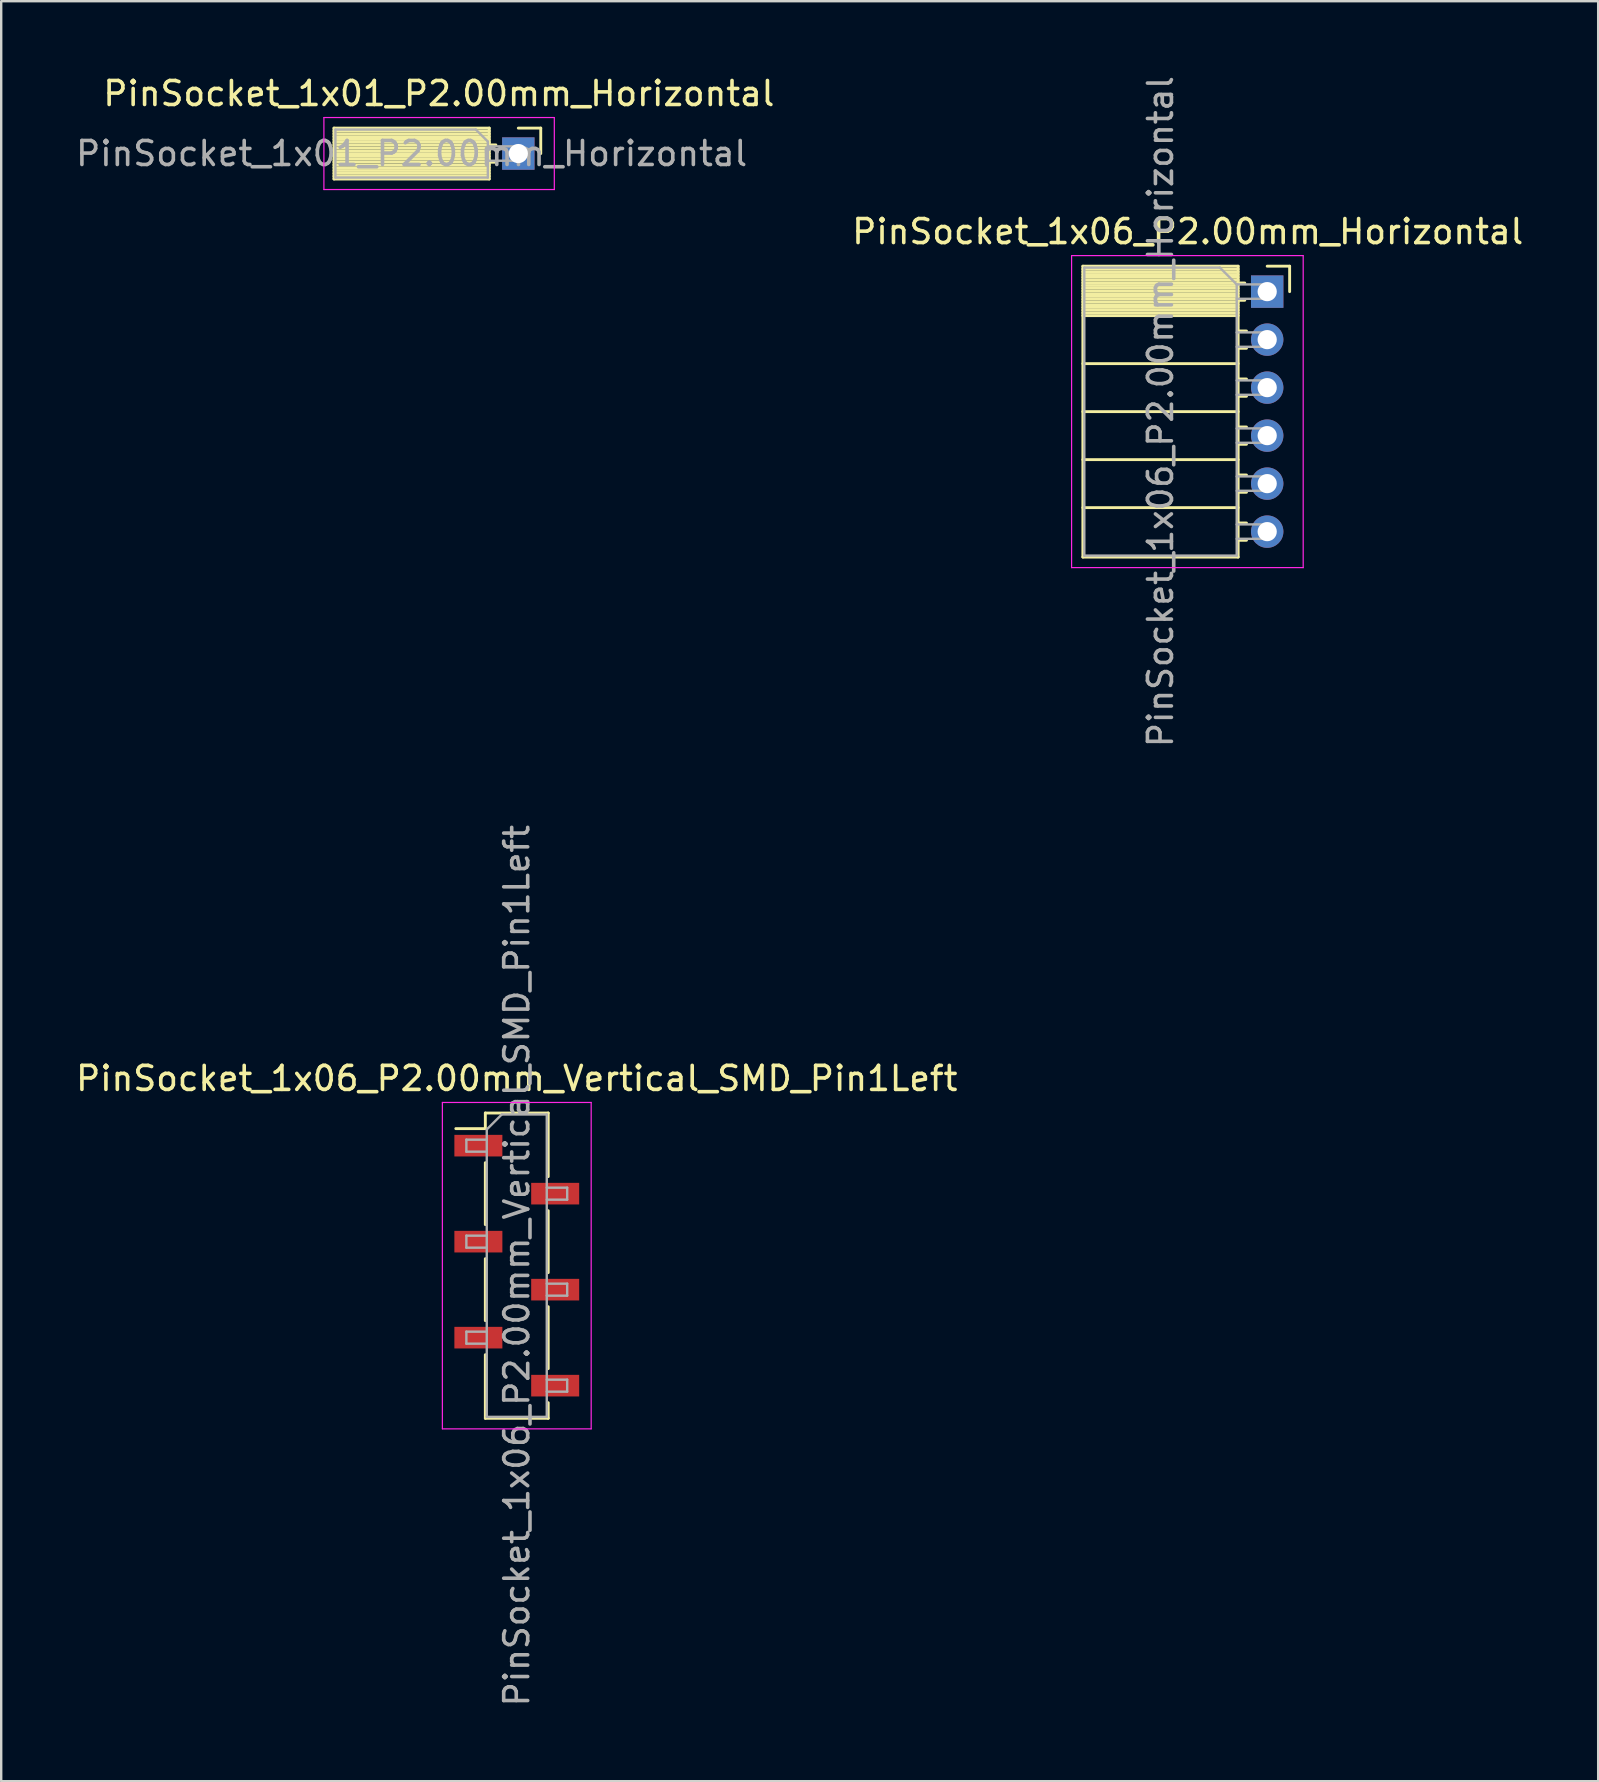
<source format=kicad_pcb>
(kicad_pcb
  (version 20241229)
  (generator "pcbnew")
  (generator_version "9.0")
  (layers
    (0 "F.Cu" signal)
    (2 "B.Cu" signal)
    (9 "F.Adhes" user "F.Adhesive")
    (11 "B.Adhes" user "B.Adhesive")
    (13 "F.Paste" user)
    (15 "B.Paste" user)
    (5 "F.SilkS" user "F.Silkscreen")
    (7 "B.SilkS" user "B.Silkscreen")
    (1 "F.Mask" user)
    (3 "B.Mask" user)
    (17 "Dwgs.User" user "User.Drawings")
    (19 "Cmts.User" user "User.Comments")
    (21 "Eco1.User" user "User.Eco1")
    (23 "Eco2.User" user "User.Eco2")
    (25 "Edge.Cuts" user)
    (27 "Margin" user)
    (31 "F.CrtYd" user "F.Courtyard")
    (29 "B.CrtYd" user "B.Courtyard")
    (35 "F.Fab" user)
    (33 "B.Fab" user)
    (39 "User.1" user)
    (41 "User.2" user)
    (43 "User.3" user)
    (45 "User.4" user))
  (footprint "PinSocket_1x06_P2.00mm_Horizontal"
    (layer "F.Cu")
    (at 49.749 9.101)
    (property "Reference" "PinSocket_1x06_P2.00mm_Horizontal" (at -3.31 -2.5 0) (layer "F.SilkS") (effects (font (size 1 1) (thickness 0.15))))
    (attr through_hole)
    (fp_line (start -7.68 -1.06) (end -7.68 11.06) (stroke (width 0.12) (type solid)) (layer "F.SilkS"))
    (fp_line (start -7.68 -1.06) (end -1.21 -1.06) (stroke (width 0.12) (type solid)) (layer "F.SilkS"))
    (fp_line (start -7.68 -0.94) (end -1.21 -0.94) (stroke (width 0.12) (type solid)) (layer "F.SilkS"))
    (fp_line (start -7.68 -0.826) (end -1.21 -0.826) (stroke (width 0.12) (type solid)) (layer "F.SilkS"))
    (fp_line (start -7.68 -0.712) (end -1.21 -0.712) (stroke (width 0.12) (type solid)) (layer "F.SilkS"))
    (fp_line (start -7.68 -0.598) (end -1.21 -0.598) (stroke (width 0.12) (type solid)) (layer "F.SilkS"))
    (fp_line (start -7.68 -0.484) (end -1.21 -0.484) (stroke (width 0.12) (type solid)) (layer "F.SilkS"))
    (fp_line (start -7.68 -0.369) (end -1.21 -0.369) (stroke (width 0.12) (type solid)) (layer "F.SilkS"))
    (fp_line (start -7.68 -0.255) (end -1.21 -0.255) (stroke (width 0.12) (type solid)) (layer "F.SilkS"))
    (fp_line (start -7.68 -0.141) (end -1.21 -0.141) (stroke (width 0.12) (type solid)) (layer "F.SilkS"))
    (fp_line (start -7.68 -0.027) (end -1.21 -0.027) (stroke (width 0.12) (type solid)) (layer "F.SilkS"))
    (fp_line (start -7.68 0.087) (end -1.21 0.087) (stroke (width 0.12) (type solid)) (layer "F.SilkS"))
    (fp_line (start -7.68 0.201) (end -1.21 0.201) (stroke (width 0.12) (type solid)) (layer "F.SilkS"))
    (fp_line (start -7.68 0.315) (end -1.21 0.315) (stroke (width 0.12) (type solid)) (layer "F.SilkS"))
    (fp_line (start -7.68 0.429) (end -1.21 0.429) (stroke (width 0.12) (type solid)) (layer "F.SilkS"))
    (fp_line (start -7.68 0.544) (end -1.21 0.544) (stroke (width 0.12) (type solid)) (layer "F.SilkS"))
    (fp_line (start -7.68 0.658) (end -1.21 0.658) (stroke (width 0.12) (type solid)) (layer "F.SilkS"))
    (fp_line (start -7.68 0.772) (end -1.21 0.772) (stroke (width 0.12) (type solid)) (layer "F.SilkS"))
    (fp_line (start -7.68 0.886) (end -1.21 0.886) (stroke (width 0.12) (type solid)) (layer "F.SilkS"))
    (fp_line (start -7.68 1) (end -1.21 1) (stroke (width 0.12) (type solid)) (layer "F.SilkS"))
    (fp_line (start -7.68 3) (end -1.21 3) (stroke (width 0.12) (type solid)) (layer "F.SilkS"))
    (fp_line (start -7.68 5) (end -1.21 5) (stroke (width 0.12) (type solid)) (layer "F.SilkS"))
    (fp_line (start -7.68 7) (end -1.21 7) (stroke (width 0.12) (type solid)) (layer "F.SilkS"))
    (fp_line (start -7.68 9) (end -1.21 9) (stroke (width 0.12) (type solid)) (layer "F.SilkS"))
    (fp_line (start -7.68 11.06) (end -1.21 11.06) (stroke (width 0.12) (type solid)) (layer "F.SilkS"))
    (fp_line (start -1.21 -1.06) (end -1.21 11.06) (stroke (width 0.12) (type solid)) (layer "F.SilkS"))
    (fp_line (start -1.21 -0.36) (end -0.935 -0.36) (stroke (width 0.12) (type solid)) (layer "F.SilkS"))
    (fp_line (start -1.21 0.36) (end -0.935 0.36) (stroke (width 0.12) (type solid)) (layer "F.SilkS"))
    (fp_line (start -1.21 1.64) (end -0.863 1.64) (stroke (width 0.12) (type solid)) (layer "F.SilkS"))
    (fp_line (start -1.21 2.36) (end -0.863 2.36) (stroke (width 0.12) (type solid)) (layer "F.SilkS"))
    (fp_line (start -1.21 3.64) (end -0.863 3.64) (stroke (width 0.12) (type solid)) (layer "F.SilkS"))
    (fp_line (start -1.21 4.36) (end -0.863 4.36) (stroke (width 0.12) (type solid)) (layer "F.SilkS"))
    (fp_line (start -1.21 5.64) (end -0.863 5.64) (stroke (width 0.12) (type solid)) (layer "F.SilkS"))
    (fp_line (start -1.21 6.36) (end -0.863 6.36) (stroke (width 0.12) (type solid)) (layer "F.SilkS"))
    (fp_line (start -1.21 7.64) (end -0.863 7.64) (stroke (width 0.12) (type solid)) (layer "F.SilkS"))
    (fp_line (start -1.21 8.36) (end -0.863 8.36) (stroke (width 0.12) (type solid)) (layer "F.SilkS"))
    (fp_line (start -1.21 9.64) (end -0.863 9.64) (stroke (width 0.12) (type solid)) (layer "F.SilkS"))
    (fp_line (start -1.21 10.36) (end -0.863 10.36) (stroke (width 0.12) (type solid)) (layer "F.SilkS"))
    (fp_line (start 0 -1.06) (end 0.935 -1.06) (stroke (width 0.12) (type solid)) (layer "F.SilkS"))
    (fp_line (start 0.935 -1.06) (end 0.935 0) (stroke (width 0.12) (type solid)) (layer "F.SilkS"))
    (fp_line (start -8.15 -1.5) (end -8.15 11.5) (stroke (width 0.05) (type solid)) (layer "F.CrtYd"))
    (fp_line (start -8.15 11.5) (end 1.5 11.5) (stroke (width 0.05) (type solid)) (layer "F.CrtYd"))
    (fp_line (start 1.5 -1.5) (end -8.15 -1.5) (stroke (width 0.05) (type solid)) (layer "F.CrtYd"))
    (fp_line (start 1.5 11.5) (end 1.5 -1.5) (stroke (width 0.05) (type solid)) (layer "F.CrtYd"))
    (fp_line (start -7.62 -1) (end -1.97 -1) (stroke (width 0.1) (type solid)) (layer "F.Fab"))
    (fp_line (start -7.62 11) (end -7.62 -1) (stroke (width 0.1) (type solid)) (layer "F.Fab"))
    (fp_line (start -1.97 -1) (end -1.27 -0.3) (stroke (width 0.1) (type solid)) (layer "F.Fab"))
    (fp_line (start -1.27 -0.3) (end -1.27 11) (stroke (width 0.1) (type solid)) (layer "F.Fab"))
    (fp_line (start -1.27 0.3) (end 0 0.3) (stroke (width 0.1) (type solid)) (layer "F.Fab"))
    (fp_line (start -1.27 2.3) (end 0 2.3) (stroke (width 0.1) (type solid)) (layer "F.Fab"))
    (fp_line (start -1.27 4.3) (end 0 4.3) (stroke (width 0.1) (type solid)) (layer "F.Fab"))
    (fp_line (start -1.27 6.3) (end 0 6.3) (stroke (width 0.1) (type solid)) (layer "F.Fab"))
    (fp_line (start -1.27 8.3) (end 0 8.3) (stroke (width 0.1) (type solid)) (layer "F.Fab"))
    (fp_line (start -1.27 10.3) (end 0 10.3) (stroke (width 0.1) (type solid)) (layer "F.Fab"))
    (fp_line (start -1.27 11) (end -7.62 11) (stroke (width 0.1) (type solid)) (layer "F.Fab"))
    (fp_line (start 0 -0.3) (end -1.27 -0.3) (stroke (width 0.1) (type solid)) (layer "F.Fab"))
    (fp_line (start 0 0.3) (end 0 -0.3) (stroke (width 0.1) (type solid)) (layer "F.Fab"))
    (fp_line (start 0 1.7) (end -1.27 1.7) (stroke (width 0.1) (type solid)) (layer "F.Fab"))
    (fp_line (start 0 2.3) (end 0 1.7) (stroke (width 0.1) (type solid)) (layer "F.Fab"))
    (fp_line (start 0 3.7) (end -1.27 3.7) (stroke (width 0.1) (type solid)) (layer "F.Fab"))
    (fp_line (start 0 4.3) (end 0 3.7) (stroke (width 0.1) (type solid)) (layer "F.Fab"))
    (fp_line (start 0 5.7) (end -1.27 5.7) (stroke (width 0.1) (type solid)) (layer "F.Fab"))
    (fp_line (start 0 6.3) (end 0 5.7) (stroke (width 0.1) (type solid)) (layer "F.Fab"))
    (fp_line (start 0 7.7) (end -1.27 7.7) (stroke (width 0.1) (type solid)) (layer "F.Fab"))
    (fp_line (start 0 8.3) (end 0 7.7) (stroke (width 0.1) (type solid)) (layer "F.Fab"))
    (fp_line (start 0 9.7) (end -1.27 9.7) (stroke (width 0.1) (type solid)) (layer "F.Fab"))
    (fp_line (start 0 10.3) (end 0 9.7) (stroke (width 0.1) (type solid)) (layer "F.Fab"))
    (fp_text user "${REFERENCE}" (at -4.445 5 90) (layer "F.Fab") (effects (font (size 1 1) (thickness 0.15))))
    (pad "1" thru_hole rect (at 0 0) (size 1.35 1.35) (drill 0.8) (layers "*.Cu" "*.Mask"))
    (pad "2" thru_hole oval (at 0 2) (size 1.35 1.35) (drill 0.8) (layers "*.Cu" "*.Mask"))
    (pad "3" thru_hole oval (at 0 4) (size 1.35 1.35) (drill 0.8) (layers "*.Cu" "*.Mask"))
    (pad "4" thru_hole oval (at 0 6) (size 1.35 1.35) (drill 0.8) (layers "*.Cu" "*.Mask"))
    (pad "5" thru_hole oval (at 0 8) (size 1.35 1.35) (drill 0.8) (layers "*.Cu" "*.Mask"))
    (pad "6" thru_hole oval (at 0 10) (size 1.35 1.35) (drill 0.8) (layers "*.Cu" "*.Mask")))
  (footprint "PinSocket_1x06_P2.00mm_Vertical_SMD_Pin1Left"
    (layer "F.Cu")
    (at 18.482 49.685)
    (property "Reference" "PinSocket_1x06_P2.00mm_Vertical_SMD_Pin1Left" (at 0 -7.8 0) (layer "F.SilkS") (effects (font (size 1 1) (thickness 0.15))))
    (attr smd)
    (fp_line (start -2.54 -5.71) (end -1.31 -5.71) (stroke (width 0.12) (type solid)) (layer "F.SilkS"))
    (fp_line (start -1.31 -6.36) (end -1.31 -5.71) (stroke (width 0.12) (type solid)) (layer "F.SilkS"))
    (fp_line (start -1.31 -6.36) (end 1.31 -6.36) (stroke (width 0.12) (type solid)) (layer "F.SilkS"))
    (fp_line (start -1.31 -4.29) (end -1.31 -1.71) (stroke (width 0.12) (type solid)) (layer "F.SilkS"))
    (fp_line (start -1.31 -0.29) (end -1.31 2.29) (stroke (width 0.12) (type solid)) (layer "F.SilkS"))
    (fp_line (start -1.31 3.71) (end -1.31 6.36) (stroke (width 0.12) (type solid)) (layer "F.SilkS"))
    (fp_line (start -1.31 6.36) (end 1.31 6.36) (stroke (width 0.12) (type solid)) (layer "F.SilkS"))
    (fp_line (start 1.31 -6.36) (end 1.31 -3.71) (stroke (width 0.12) (type solid)) (layer "F.SilkS"))
    (fp_line (start 1.31 -2.29) (end 1.31 0.29) (stroke (width 0.12) (type solid)) (layer "F.SilkS"))
    (fp_line (start 1.31 1.71) (end 1.31 4.29) (stroke (width 0.12) (type solid)) (layer "F.SilkS"))
    (fp_line (start 1.31 5.71) (end 1.31 6.36) (stroke (width 0.12) (type solid)) (layer "F.SilkS"))
    (fp_line (start -3.1 -6.8) (end 3.1 -6.8) (stroke (width 0.05) (type solid)) (layer "F.CrtYd"))
    (fp_line (start -3.1 6.8) (end -3.1 -6.8) (stroke (width 0.05) (type solid)) (layer "F.CrtYd"))
    (fp_line (start 3.1 -6.8) (end 3.1 6.8) (stroke (width 0.05) (type solid)) (layer "F.CrtYd"))
    (fp_line (start 3.1 6.8) (end -3.1 6.8) (stroke (width 0.05) (type solid)) (layer "F.CrtYd"))
    (fp_line (start -2.1 -5.25) (end -1.25 -5.25) (stroke (width 0.1) (type solid)) (layer "F.Fab"))
    (fp_line (start -2.1 -4.75) (end -2.1 -5.25) (stroke (width 0.1) (type solid)) (layer "F.Fab"))
    (fp_line (start -2.1 -1.25) (end -1.25 -1.25) (stroke (width 0.1) (type solid)) (layer "F.Fab"))
    (fp_line (start -2.1 -0.75) (end -2.1 -1.25) (stroke (width 0.1) (type solid)) (layer "F.Fab"))
    (fp_line (start -2.1 2.75) (end -1.25 2.75) (stroke (width 0.1) (type solid)) (layer "F.Fab"))
    (fp_line (start -2.1 3.25) (end -2.1 2.75) (stroke (width 0.1) (type solid)) (layer "F.Fab"))
    (fp_line (start -1.25 -5.675) (end -0.625 -6.3) (stroke (width 0.1) (type solid)) (layer "F.Fab"))
    (fp_line (start -1.25 -4.75) (end -2.1 -4.75) (stroke (width 0.1) (type solid)) (layer "F.Fab"))
    (fp_line (start -1.25 -0.75) (end -2.1 -0.75) (stroke (width 0.1) (type solid)) (layer "F.Fab"))
    (fp_line (start -1.25 3.25) (end -2.1 3.25) (stroke (width 0.1) (type solid)) (layer "F.Fab"))
    (fp_line (start -1.25 6.3) (end -1.25 -5.675) (stroke (width 0.1) (type solid)) (layer "F.Fab"))
    (fp_line (start -0.625 -6.3) (end 1.25 -6.3) (stroke (width 0.1) (type solid)) (layer "F.Fab"))
    (fp_line (start 1.25 -6.3) (end 1.25 6.3) (stroke (width 0.1) (type solid)) (layer "F.Fab"))
    (fp_line (start 1.25 -3.25) (end 2.1 -3.25) (stroke (width 0.1) (type solid)) (layer "F.Fab"))
    (fp_line (start 1.25 0.75) (end 2.1 0.75) (stroke (width 0.1) (type solid)) (layer "F.Fab"))
    (fp_line (start 1.25 4.75) (end 2.1 4.75) (stroke (width 0.1) (type solid)) (layer "F.Fab"))
    (fp_line (start 1.25 6.3) (end -1.25 6.3) (stroke (width 0.1) (type solid)) (layer "F.Fab"))
    (fp_line (start 2.1 -3.25) (end 2.1 -2.75) (stroke (width 0.1) (type solid)) (layer "F.Fab"))
    (fp_line (start 2.1 -2.75) (end 1.25 -2.75) (stroke (width 0.1) (type solid)) (layer "F.Fab"))
    (fp_line (start 2.1 0.75) (end 2.1 1.25) (stroke (width 0.1) (type solid)) (layer "F.Fab"))
    (fp_line (start 2.1 1.25) (end 1.25 1.25) (stroke (width 0.1) (type solid)) (layer "F.Fab"))
    (fp_line (start 2.1 4.75) (end 2.1 5.25) (stroke (width 0.1) (type solid)) (layer "F.Fab"))
    (fp_line (start 2.1 5.25) (end 1.25 5.25) (stroke (width 0.1) (type solid)) (layer "F.Fab"))
    (fp_text user "${REFERENCE}" (at 0 0 90) (layer "F.Fab") (effects (font (size 1 1) (thickness 0.15))))
    (pad "1" smd rect (at -1.6 -5) (size 2 0.9) (layers "F.Cu" "F.Mask" "F.Paste"))
    (pad "2" smd rect (at 1.6 -3) (size 2 0.9) (layers "F.Cu" "F.Mask" "F.Paste"))
    (pad "3" smd rect (at -1.6 -1) (size 2 0.9) (layers "F.Cu" "F.Mask" "F.Paste"))
    (pad "4" smd rect (at 1.6 1) (size 2 0.9) (layers "F.Cu" "F.Mask" "F.Paste"))
    (pad "5" smd rect (at -1.6 3) (size 2 0.9) (layers "F.Cu" "F.Mask" "F.Paste"))
    (pad "6" smd rect (at 1.6 5) (size 2 0.9) (layers "F.Cu" "F.Mask" "F.Paste")))
  (footprint "PinSocket_1x01_P2.00mm_Horizontal"
    (layer "F.Cu")
    (at 18.546 3.348)
    (property "Reference" "PinSocket_1x01_P2.00mm_Horizontal" (at -3.31 -2.5 0) (layer "F.SilkS") (effects (font (size 1 1) (thickness 0.15))))
    (attr through_hole)
    (fp_line (start -7.68 -1.06) (end -7.68 1.06) (stroke (width 0.12) (type solid)) (layer "F.SilkS"))
    (fp_line (start -7.68 -1.06) (end -1.21 -1.06) (stroke (width 0.12) (type solid)) (layer "F.SilkS"))
    (fp_line (start -7.68 -0.94) (end -1.21 -0.94) (stroke (width 0.12) (type solid)) (layer "F.SilkS"))
    (fp_line (start -7.68 -0.822) (end -1.21 -0.822) (stroke (width 0.12) (type solid)) (layer "F.SilkS"))
    (fp_line (start -7.68 -0.705) (end -1.21 -0.705) (stroke (width 0.12) (type solid)) (layer "F.SilkS"))
    (fp_line (start -7.68 -0.587) (end -1.21 -0.587) (stroke (width 0.12) (type solid)) (layer "F.SilkS"))
    (fp_line (start -7.68 -0.469) (end -1.21 -0.469) (stroke (width 0.12) (type solid)) (layer "F.SilkS"))
    (fp_line (start -7.68 -0.352) (end -1.21 -0.352) (stroke (width 0.12) (type solid)) (layer "F.SilkS"))
    (fp_line (start -7.68 -0.234) (end -1.21 -0.234) (stroke (width 0.12) (type solid)) (layer "F.SilkS"))
    (fp_line (start -7.68 -0.116) (end -1.21 -0.116) (stroke (width 0.12) (type solid)) (layer "F.SilkS"))
    (fp_line (start -7.68 0.001) (end -1.21 0.001) (stroke (width 0.12) (type solid)) (layer "F.SilkS"))
    (fp_line (start -7.68 0.119) (end -1.21 0.119) (stroke (width 0.12) (type solid)) (layer "F.SilkS"))
    (fp_line (start -7.68 0.236) (end -1.21 0.236) (stroke (width 0.12) (type solid)) (layer "F.SilkS"))
    (fp_line (start -7.68 0.354) (end -1.21 0.354) (stroke (width 0.12) (type solid)) (layer "F.SilkS"))
    (fp_line (start -7.68 0.472) (end -1.21 0.472) (stroke (width 0.12) (type solid)) (layer "F.SilkS"))
    (fp_line (start -7.68 0.589) (end -1.21 0.589) (stroke (width 0.12) (type solid)) (layer "F.SilkS"))
    (fp_line (start -7.68 0.707) (end -1.21 0.707) (stroke (width 0.12) (type solid)) (layer "F.SilkS"))
    (fp_line (start -7.68 0.825) (end -1.21 0.825) (stroke (width 0.12) (type solid)) (layer "F.SilkS"))
    (fp_line (start -7.68 0.942) (end -1.21 0.942) (stroke (width 0.12) (type solid)) (layer "F.SilkS"))
    (fp_line (start -7.68 1.06) (end -1.21 1.06) (stroke (width 0.12) (type solid)) (layer "F.SilkS"))
    (fp_line (start -1.21 -1.06) (end -1.21 1.06) (stroke (width 0.12) (type solid)) (layer "F.SilkS"))
    (fp_line (start -1.21 -0.36) (end -0.935 -0.36) (stroke (width 0.12) (type solid)) (layer "F.SilkS"))
    (fp_line (start -1.21 0.36) (end -0.935 0.36) (stroke (width 0.12) (type solid)) (layer "F.SilkS"))
    (fp_line (start 0 -1.06) (end 0.935 -1.06) (stroke (width 0.12) (type solid)) (layer "F.SilkS"))
    (fp_line (start 0.935 -1.06) (end 0.935 0) (stroke (width 0.12) (type solid)) (layer "F.SilkS"))
    (fp_line (start -8.1 -1.5) (end -8.1 1.5) (stroke (width 0.05) (type solid)) (layer "F.CrtYd"))
    (fp_line (start -8.1 1.5) (end 1.5 1.5) (stroke (width 0.05) (type solid)) (layer "F.CrtYd"))
    (fp_line (start 1.5 -1.5) (end -8.1 -1.5) (stroke (width 0.05) (type solid)) (layer "F.CrtYd"))
    (fp_line (start 1.5 1.5) (end 1.5 -1.5) (stroke (width 0.05) (type solid)) (layer "F.CrtYd"))
    (fp_line (start -7.62 -1) (end -1.77 -1) (stroke (width 0.1) (type solid)) (layer "F.Fab"))
    (fp_line (start -7.62 1) (end -7.62 -1) (stroke (width 0.1) (type solid)) (layer "F.Fab"))
    (fp_line (start -1.77 -1) (end -1.27 -0.5) (stroke (width 0.1) (type solid)) (layer "F.Fab"))
    (fp_line (start -1.27 -0.5) (end -1.27 1) (stroke (width 0.1) (type solid)) (layer "F.Fab"))
    (fp_line (start -1.27 0.3) (end 0 0.3) (stroke (width 0.1) (type solid)) (layer "F.Fab"))
    (fp_line (start -1.27 1) (end -7.62 1) (stroke (width 0.1) (type solid)) (layer "F.Fab"))
    (fp_line (start 0 -0.3) (end -1.27 -0.3) (stroke (width 0.1) (type solid)) (layer "F.Fab"))
    (fp_line (start 0 0.3) (end 0 -0.3) (stroke (width 0.1) (type solid)) (layer "F.Fab"))
    (fp_text user "${REFERENCE}" (at -4.445 0 0) (layer "F.Fab") (effects (font (size 1 1) (thickness 0.15))))
    (pad "1" thru_hole rect (at 0 0) (size 1.35 1.35) (drill 0.8) (layers "*.Cu" "*.Mask")))
  (gr_rect
    (start -3 -3)
    (end 63.54 71.167)
    (stroke (width 0.1) (type default))
    (fill no)
    (layer "Edge.Cuts")))
</source>
